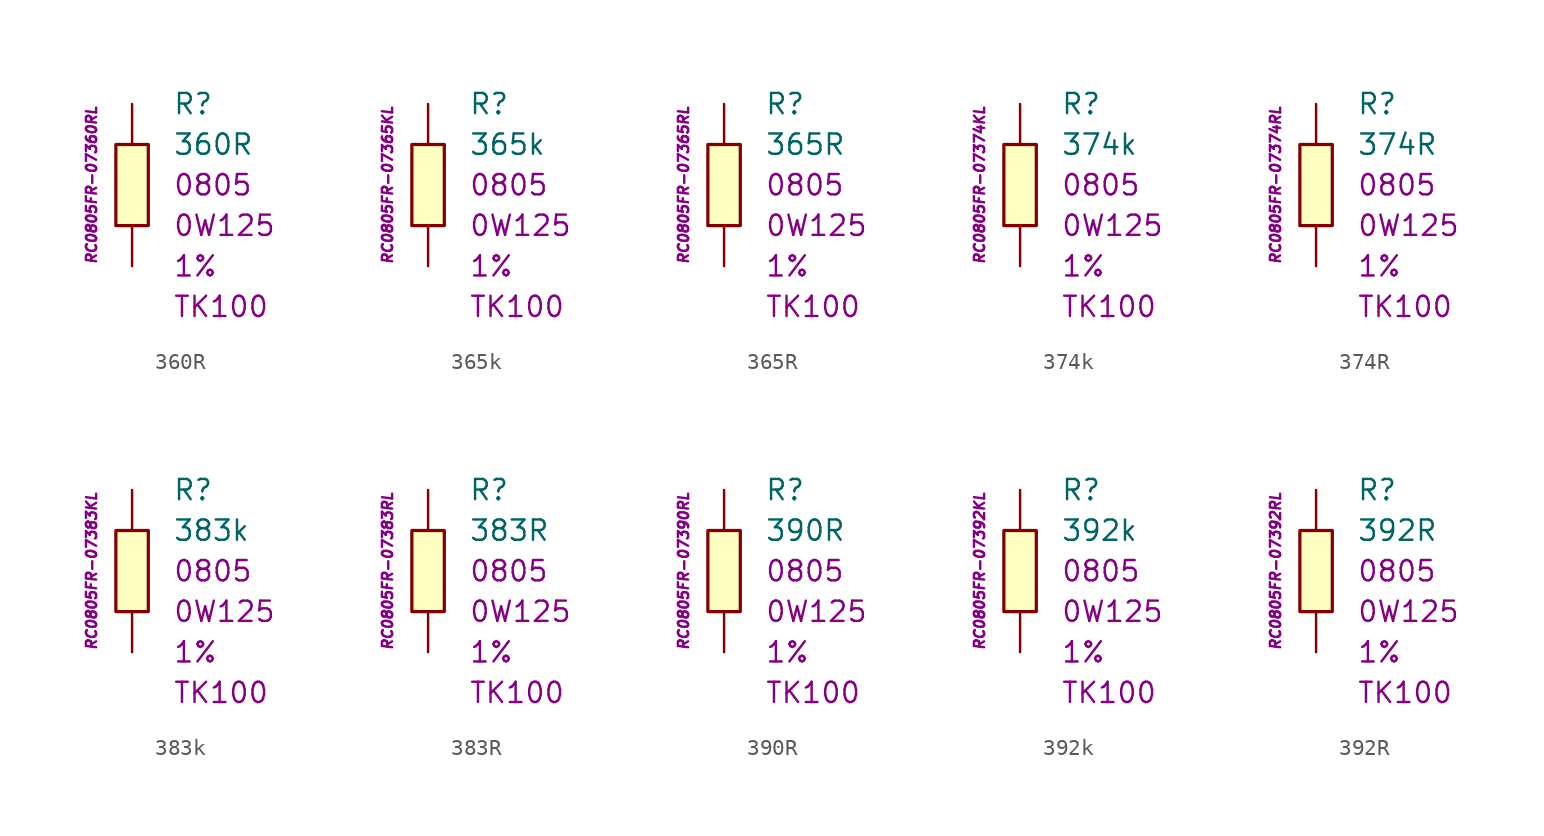
<source format=kicad_sym>
(kicad_symbol_lib
  (version 20201005)
  (generator kicad_symbol_editor)
  (symbol "360R"
    (pin_numbers hide)
    (pin_names
      (offset 1.016) hide)
    (property "Reference" "R"
      (at 2.54 5.08 0)
      (effects (font (size 1.27 1.27)) (justify left)))
    (property "Value" "360R"
      (at 2.54 2.54 0)
      (effects (font (size 1.27 1.27)) (justify left)))
    (property "Package" "0805"
      (at 2.54 0 0)
      (effects (font (size 1.27 1.27)) (justify left)))
    (property "Power" "0W125"
      (at 2.54 -2.54 0)
      (effects (font (size 1.27 1.27)) (justify left)))
    (property "Tolerance" "1%"
      (at 2.54 -5.08 0)
      (effects (font (size 1.27 1.27)) (justify left)))
    (property "TK" "TK100"
      (at 2.54 -7.62 0)
      (effects (font (size 1.27 1.27)) (justify left)))
    (property "ID" "RC0805FR-07360RL"
      (at -2.54 0 90)
      (effects (font (size 0.635 0.635) italic)))
    (symbol "360R_0_1"
      (rectangle (start -1.016 2.54) (end 1.016 -2.54) (stroke (width 0.203)) (fill (type background))))
    (symbol "360R_1_1"
      (pin passive line (at 0 5.08 270) (length 2.54) (name "~" (effects (font (size 1.778 1.778)))) (number "1" (effects (font (size 1.778 1.778)))))
      (pin passive line (at 0 -5.08 90) (length 2.54) (name "~" (effects (font (size 1.778 1.778)))) (number "2" (effects (font (size 1.778 1.778)))))))
  (symbol "365k"
    (pin_numbers hide)
    (pin_names
      (offset 1.016) hide)
    (property "Reference" "R"
      (at 2.54 5.08 0)
      (effects (font (size 1.27 1.27)) (justify left)))
    (property "Value" "365k"
      (at 2.54 2.54 0)
      (effects (font (size 1.27 1.27)) (justify left)))
    (property "Package" "0805"
      (at 2.54 0 0)
      (effects (font (size 1.27 1.27)) (justify left)))
    (property "Power" "0W125"
      (at 2.54 -2.54 0)
      (effects (font (size 1.27 1.27)) (justify left)))
    (property "Tolerance" "1%"
      (at 2.54 -5.08 0)
      (effects (font (size 1.27 1.27)) (justify left)))
    (property "TK" "TK100"
      (at 2.54 -7.62 0)
      (effects (font (size 1.27 1.27)) (justify left)))
    (property "ID" "RC0805FR-07365KL"
      (at -2.54 0 90)
      (effects (font (size 0.635 0.635) italic)))
    (symbol "365k_0_1"
      (rectangle (start -1.016 2.54) (end 1.016 -2.54) (stroke (width 0.203)) (fill (type background))))
    (symbol "365k_1_1"
      (pin passive line (at 0 5.08 270) (length 2.54) (name "~" (effects (font (size 1.778 1.778)))) (number "1" (effects (font (size 1.778 1.778)))))
      (pin passive line (at 0 -5.08 90) (length 2.54) (name "~" (effects (font (size 1.778 1.778)))) (number "2" (effects (font (size 1.778 1.778)))))))
  (symbol "365R"
    (pin_numbers hide)
    (pin_names
      (offset 1.016) hide)
    (property "Reference" "R"
      (at 2.54 5.08 0)
      (effects (font (size 1.27 1.27)) (justify left)))
    (property "Value" "365R"
      (at 2.54 2.54 0)
      (effects (font (size 1.27 1.27)) (justify left)))
    (property "Package" "0805"
      (at 2.54 0 0)
      (effects (font (size 1.27 1.27)) (justify left)))
    (property "Power" "0W125"
      (at 2.54 -2.54 0)
      (effects (font (size 1.27 1.27)) (justify left)))
    (property "Tolerance" "1%"
      (at 2.54 -5.08 0)
      (effects (font (size 1.27 1.27)) (justify left)))
    (property "TK" "TK100"
      (at 2.54 -7.62 0)
      (effects (font (size 1.27 1.27)) (justify left)))
    (property "ID" "RC0805FR-07365RL"
      (at -2.54 0 90)
      (effects (font (size 0.635 0.635) italic)))
    (symbol "365R_0_1"
      (rectangle (start -1.016 2.54) (end 1.016 -2.54) (stroke (width 0.203)) (fill (type background))))
    (symbol "365R_1_1"
      (pin passive line (at 0 5.08 270) (length 2.54) (name "~" (effects (font (size 1.778 1.778)))) (number "1" (effects (font (size 1.778 1.778)))))
      (pin passive line (at 0 -5.08 90) (length 2.54) (name "~" (effects (font (size 1.778 1.778)))) (number "2" (effects (font (size 1.778 1.778)))))))
  (symbol "374k"
    (pin_numbers hide)
    (pin_names
      (offset 1.016) hide)
    (property "Reference" "R"
      (at 2.54 5.08 0)
      (effects (font (size 1.27 1.27)) (justify left)))
    (property "Value" "374k"
      (at 2.54 2.54 0)
      (effects (font (size 1.27 1.27)) (justify left)))
    (property "Package" "0805"
      (at 2.54 0 0)
      (effects (font (size 1.27 1.27)) (justify left)))
    (property "Power" "0W125"
      (at 2.54 -2.54 0)
      (effects (font (size 1.27 1.27)) (justify left)))
    (property "Tolerance" "1%"
      (at 2.54 -5.08 0)
      (effects (font (size 1.27 1.27)) (justify left)))
    (property "TK" "TK100"
      (at 2.54 -7.62 0)
      (effects (font (size 1.27 1.27)) (justify left)))
    (property "ID" "RC0805FR-07374KL"
      (at -2.54 0 90)
      (effects (font (size 0.635 0.635) italic)))
    (symbol "374k_0_1"
      (rectangle (start -1.016 2.54) (end 1.016 -2.54) (stroke (width 0.203)) (fill (type background))))
    (symbol "374k_1_1"
      (pin passive line (at 0 5.08 270) (length 2.54) (name "~" (effects (font (size 1.778 1.778)))) (number "1" (effects (font (size 1.778 1.778)))))
      (pin passive line (at 0 -5.08 90) (length 2.54) (name "~" (effects (font (size 1.778 1.778)))) (number "2" (effects (font (size 1.778 1.778)))))))
  (symbol "374R"
    (pin_numbers hide)
    (pin_names
      (offset 1.016) hide)
    (property "Reference" "R"
      (at 2.54 5.08 0)
      (effects (font (size 1.27 1.27)) (justify left)))
    (property "Value" "374R"
      (at 2.54 2.54 0)
      (effects (font (size 1.27 1.27)) (justify left)))
    (property "Package" "0805"
      (at 2.54 0 0)
      (effects (font (size 1.27 1.27)) (justify left)))
    (property "Power" "0W125"
      (at 2.54 -2.54 0)
      (effects (font (size 1.27 1.27)) (justify left)))
    (property "Tolerance" "1%"
      (at 2.54 -5.08 0)
      (effects (font (size 1.27 1.27)) (justify left)))
    (property "TK" "TK100"
      (at 2.54 -7.62 0)
      (effects (font (size 1.27 1.27)) (justify left)))
    (property "ID" "RC0805FR-07374RL"
      (at -2.54 0 90)
      (effects (font (size 0.635 0.635) italic)))
    (symbol "374R_0_1"
      (rectangle (start -1.016 2.54) (end 1.016 -2.54) (stroke (width 0.203)) (fill (type background))))
    (symbol "374R_1_1"
      (pin passive line (at 0 5.08 270) (length 2.54) (name "~" (effects (font (size 1.778 1.778)))) (number "1" (effects (font (size 1.778 1.778)))))
      (pin passive line (at 0 -5.08 90) (length 2.54) (name "~" (effects (font (size 1.778 1.778)))) (number "2" (effects (font (size 1.778 1.778)))))))
  (symbol "383k"
    (pin_numbers hide)
    (pin_names
      (offset 1.016) hide)
    (property "Reference" "R"
      (at 2.54 5.08 0)
      (effects (font (size 1.27 1.27)) (justify left)))
    (property "Value" "383k"
      (at 2.54 2.54 0)
      (effects (font (size 1.27 1.27)) (justify left)))
    (property "Package" "0805"
      (at 2.54 0 0)
      (effects (font (size 1.27 1.27)) (justify left)))
    (property "Power" "0W125"
      (at 2.54 -2.54 0)
      (effects (font (size 1.27 1.27)) (justify left)))
    (property "Tolerance" "1%"
      (at 2.54 -5.08 0)
      (effects (font (size 1.27 1.27)) (justify left)))
    (property "TK" "TK100"
      (at 2.54 -7.62 0)
      (effects (font (size 1.27 1.27)) (justify left)))
    (property "ID" "RC0805FR-07383KL"
      (at -2.54 0 90)
      (effects (font (size 0.635 0.635) italic)))
    (symbol "383k_0_1"
      (rectangle (start -1.016 2.54) (end 1.016 -2.54) (stroke (width 0.203)) (fill (type background))))
    (symbol "383k_1_1"
      (pin passive line (at 0 5.08 270) (length 2.54) (name "~" (effects (font (size 1.778 1.778)))) (number "1" (effects (font (size 1.778 1.778)))))
      (pin passive line (at 0 -5.08 90) (length 2.54) (name "~" (effects (font (size 1.778 1.778)))) (number "2" (effects (font (size 1.778 1.778)))))))
  (symbol "383R"
    (pin_numbers hide)
    (pin_names
      (offset 1.016) hide)
    (property "Reference" "R"
      (at 2.54 5.08 0)
      (effects (font (size 1.27 1.27)) (justify left)))
    (property "Value" "383R"
      (at 2.54 2.54 0)
      (effects (font (size 1.27 1.27)) (justify left)))
    (property "Package" "0805"
      (at 2.54 0 0)
      (effects (font (size 1.27 1.27)) (justify left)))
    (property "Power" "0W125"
      (at 2.54 -2.54 0)
      (effects (font (size 1.27 1.27)) (justify left)))
    (property "Tolerance" "1%"
      (at 2.54 -5.08 0)
      (effects (font (size 1.27 1.27)) (justify left)))
    (property "TK" "TK100"
      (at 2.54 -7.62 0)
      (effects (font (size 1.27 1.27)) (justify left)))
    (property "ID" "RC0805FR-07383RL"
      (at -2.54 0 90)
      (effects (font (size 0.635 0.635) italic)))
    (symbol "383R_0_1"
      (rectangle (start -1.016 2.54) (end 1.016 -2.54) (stroke (width 0.203)) (fill (type background))))
    (symbol "383R_1_1"
      (pin passive line (at 0 5.08 270) (length 2.54) (name "~" (effects (font (size 1.778 1.778)))) (number "1" (effects (font (size 1.778 1.778)))))
      (pin passive line (at 0 -5.08 90) (length 2.54) (name "~" (effects (font (size 1.778 1.778)))) (number "2" (effects (font (size 1.778 1.778)))))))
  (symbol "390R"
    (pin_numbers hide)
    (pin_names
      (offset 1.016) hide)
    (property "Reference" "R"
      (at 2.54 5.08 0)
      (effects (font (size 1.27 1.27)) (justify left)))
    (property "Value" "390R"
      (at 2.54 2.54 0)
      (effects (font (size 1.27 1.27)) (justify left)))
    (property "Package" "0805"
      (at 2.54 0 0)
      (effects (font (size 1.27 1.27)) (justify left)))
    (property "Power" "0W125"
      (at 2.54 -2.54 0)
      (effects (font (size 1.27 1.27)) (justify left)))
    (property "Tolerance" "1%"
      (at 2.54 -5.08 0)
      (effects (font (size 1.27 1.27)) (justify left)))
    (property "TK" "TK100"
      (at 2.54 -7.62 0)
      (effects (font (size 1.27 1.27)) (justify left)))
    (property "ID" "RC0805FR-07390RL"
      (at -2.54 0 90)
      (effects (font (size 0.635 0.635) italic)))
    (symbol "390R_0_1"
      (rectangle (start -1.016 2.54) (end 1.016 -2.54) (stroke (width 0.203)) (fill (type background))))
    (symbol "390R_1_1"
      (pin passive line (at 0 5.08 270) (length 2.54) (name "~" (effects (font (size 1.778 1.778)))) (number "1" (effects (font (size 1.778 1.778)))))
      (pin passive line (at 0 -5.08 90) (length 2.54) (name "~" (effects (font (size 1.778 1.778)))) (number "2" (effects (font (size 1.778 1.778)))))))
  (symbol "392k"
    (pin_numbers hide)
    (pin_names
      (offset 1.016) hide)
    (property "Reference" "R"
      (at 2.54 5.08 0)
      (effects (font (size 1.27 1.27)) (justify left)))
    (property "Value" "392k"
      (at 2.54 2.54 0)
      (effects (font (size 1.27 1.27)) (justify left)))
    (property "Package" "0805"
      (at 2.54 0 0)
      (effects (font (size 1.27 1.27)) (justify left)))
    (property "Power" "0W125"
      (at 2.54 -2.54 0)
      (effects (font (size 1.27 1.27)) (justify left)))
    (property "Tolerance" "1%"
      (at 2.54 -5.08 0)
      (effects (font (size 1.27 1.27)) (justify left)))
    (property "TK" "TK100"
      (at 2.54 -7.62 0)
      (effects (font (size 1.27 1.27)) (justify left)))
    (property "ID" "RC0805FR-07392KL"
      (at -2.54 0 90)
      (effects (font (size 0.635 0.635) italic)))
    (symbol "392k_0_1"
      (rectangle (start -1.016 2.54) (end 1.016 -2.54) (stroke (width 0.203)) (fill (type background))))
    (symbol "392k_1_1"
      (pin passive line (at 0 5.08 270) (length 2.54) (name "~" (effects (font (size 1.778 1.778)))) (number "1" (effects (font (size 1.778 1.778)))))
      (pin passive line (at 0 -5.08 90) (length 2.54) (name "~" (effects (font (size 1.778 1.778)))) (number "2" (effects (font (size 1.778 1.778)))))))
  (symbol "392R"
    (pin_numbers hide)
    (pin_names
      (offset 1.016) hide)
    (property "Reference" "R"
      (at 2.54 5.08 0)
      (effects (font (size 1.27 1.27)) (justify left)))
    (property "Value" "392R"
      (at 2.54 2.54 0)
      (effects (font (size 1.27 1.27)) (justify left)))
    (property "Package" "0805"
      (at 2.54 0 0)
      (effects (font (size 1.27 1.27)) (justify left)))
    (property "Power" "0W125"
      (at 2.54 -2.54 0)
      (effects (font (size 1.27 1.27)) (justify left)))
    (property "Tolerance" "1%"
      (at 2.54 -5.08 0)
      (effects (font (size 1.27 1.27)) (justify left)))
    (property "TK" "TK100"
      (at 2.54 -7.62 0)
      (effects (font (size 1.27 1.27)) (justify left)))
    (property "ID" "RC0805FR-07392RL"
      (at -2.54 0 90)
      (effects (font (size 0.635 0.635) italic)))
    (symbol "392R_0_1"
      (rectangle (start -1.016 2.54) (end 1.016 -2.54) (stroke (width 0.203)) (fill (type background))))
    (symbol "392R_1_1"
      (pin passive line (at 0 5.08 270) (length 2.54) (name "~" (effects (font (size 1.778 1.778)))) (number "1" (effects (font (size 1.778 1.778)))))
      (pin passive line (at 0 -5.08 90) (length 2.54) (name "~" (effects (font (size 1.778 1.778)))) (number "2" (effects (font (size 1.778 1.778))))))))
</source>
